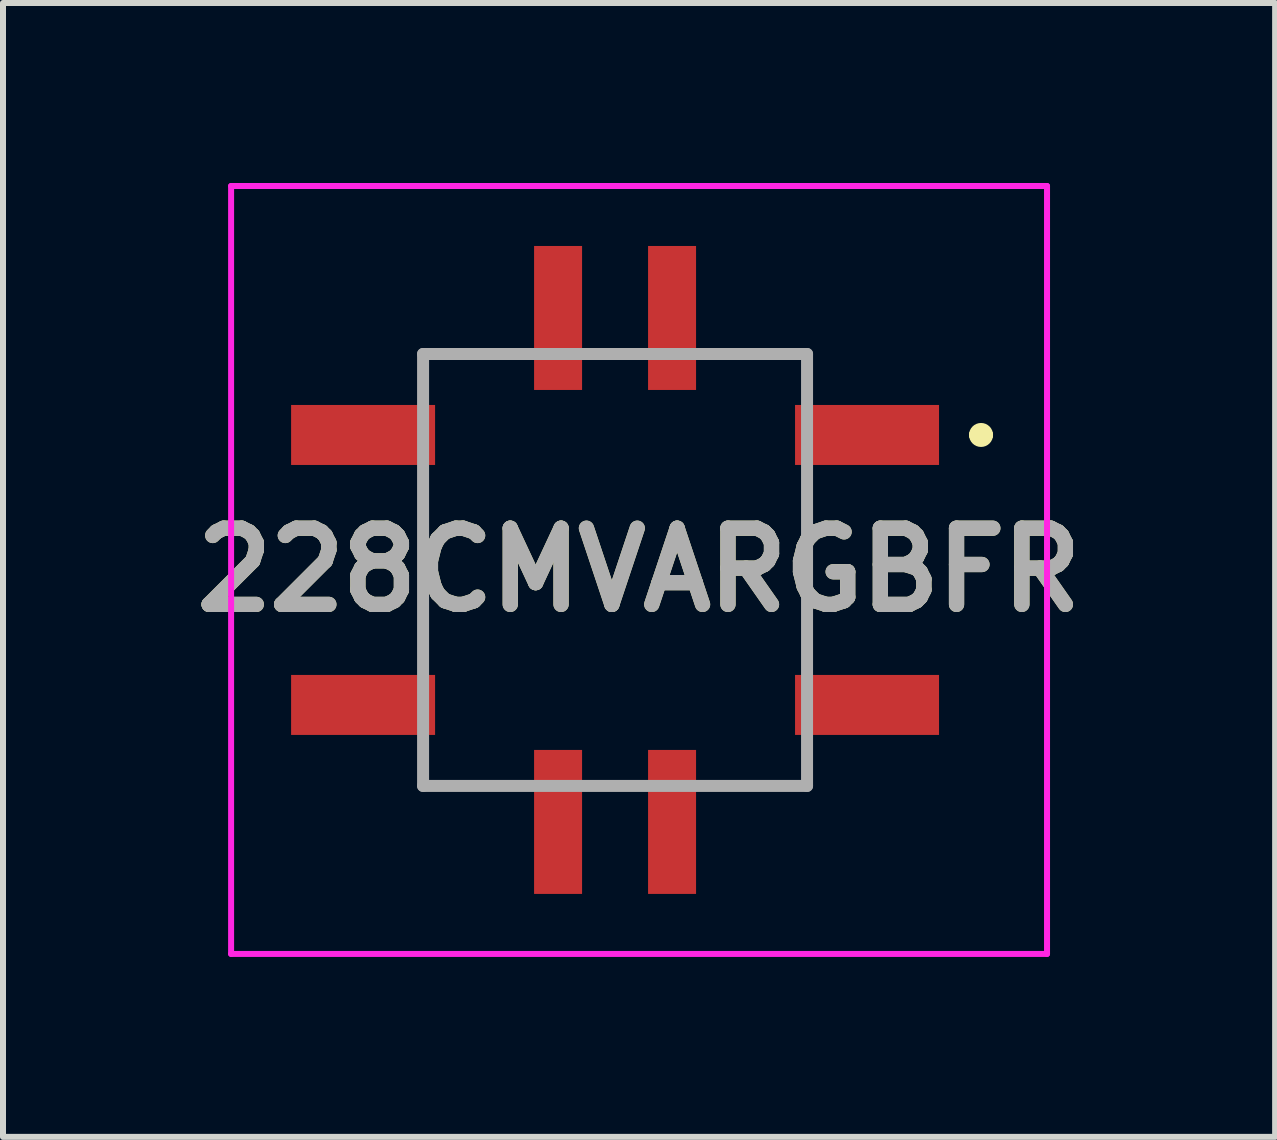
<source format=kicad_pcb>
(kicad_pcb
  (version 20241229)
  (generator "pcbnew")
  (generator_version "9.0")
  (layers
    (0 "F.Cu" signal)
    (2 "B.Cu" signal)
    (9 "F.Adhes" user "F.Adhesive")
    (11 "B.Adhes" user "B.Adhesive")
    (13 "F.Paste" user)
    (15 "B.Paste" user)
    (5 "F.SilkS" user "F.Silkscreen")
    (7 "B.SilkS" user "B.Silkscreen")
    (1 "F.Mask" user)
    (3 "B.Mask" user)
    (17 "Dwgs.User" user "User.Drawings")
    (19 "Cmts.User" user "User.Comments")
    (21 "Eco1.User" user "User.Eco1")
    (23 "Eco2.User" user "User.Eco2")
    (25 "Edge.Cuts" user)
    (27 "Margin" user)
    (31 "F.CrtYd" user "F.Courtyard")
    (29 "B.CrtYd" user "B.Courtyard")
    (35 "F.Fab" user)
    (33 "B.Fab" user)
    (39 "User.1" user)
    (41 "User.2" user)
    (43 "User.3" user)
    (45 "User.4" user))
  (footprint "228CMVARGBFR"
    (layer "F.Cu")
    (at 7.202 6.45)
    (property "Reference" "228CMVARGBFR" (at 0.4 0 0) (layer "F.SilkS") (effects (font (size 1.27 1.27) (thickness 0.254))))
    (attr smd)
    (fp_line (start -3.2 -3.6) (end -3.2 -3) (stroke (width 0.1) (type solid)) (layer "F.SilkS"))
    (fp_line (start -3.2 -1.5) (end -3.2 1.5) (stroke (width 0.1) (type solid)) (layer "F.SilkS"))
    (fp_line (start -3.2 3) (end -3.2 3.6) (stroke (width 0.1) (type solid)) (layer "F.SilkS"))
    (fp_line (start -3.2 3.6) (end -1.8 3.6) (stroke (width 0.1) (type solid)) (layer "F.SilkS"))
    (fp_line (start -1.6 -3.6) (end -3.2 -3.6) (stroke (width 0.1) (type solid)) (layer "F.SilkS"))
    (fp_line (start 1.6 -3.6) (end 3.2 -3.6) (stroke (width 0.1) (type solid)) (layer "F.SilkS"))
    (fp_line (start 3.2 -3.6) (end 3.2 -3) (stroke (width 0.1) (type solid)) (layer "F.SilkS"))
    (fp_line (start 3.2 -1.5) (end 3.2 1.5) (stroke (width 0.1) (type solid)) (layer "F.SilkS"))
    (fp_line (start 3.2 3.2) (end 3.2 3) (stroke (width 0.1) (type solid)) (layer "F.SilkS"))
    (fp_line (start 3.2 3.2) (end 3.2 3.6) (stroke (width 0.1) (type solid)) (layer "F.SilkS"))
    (fp_line (start 3.2 3.6) (end 1.8 3.6) (stroke (width 0.1) (type solid)) (layer "F.SilkS"))
    (fp_line (start 6 -2.25) (end 6 -2.25) (stroke (width 0.2) (type solid)) (layer "F.SilkS"))
    (fp_line (start 6.2 -2.25) (end 6.2 -2.25) (stroke (width 0.2) (type solid)) (layer "F.SilkS"))
    (fp_arc (start 6 -2.25) (mid 6.1 -2.35) (end 6.2 -2.25) (stroke (width 0.2) (type solid)) (layer "F.SilkS"))
    (fp_arc (start 6.2 -2.25) (mid 6.1 -2.15) (end 6 -2.25) (stroke (width 0.2) (type solid)) (layer "F.SilkS"))
    (fp_line (start -6.4 -6.4) (end 7.2 -6.4) (stroke (width 0.1) (type solid)) (layer "F.CrtYd"))
    (fp_line (start -6.4 6.4) (end -6.4 -6.4) (stroke (width 0.1) (type solid)) (layer "F.CrtYd"))
    (fp_line (start 7.2 -6.4) (end 7.2 6.4) (stroke (width 0.1) (type solid)) (layer "F.CrtYd"))
    (fp_line (start 7.2 6.4) (end -6.4 6.4) (stroke (width 0.1) (type solid)) (layer "F.CrtYd"))
    (fp_line (start -3.2 -3.6) (end 3.2 -3.6) (stroke (width 0.2) (type solid)) (layer "F.Fab"))
    (fp_line (start -3.2 3.6) (end -3.2 -3.6) (stroke (width 0.2) (type solid)) (layer "F.Fab"))
    (fp_line (start 3.2 -3.6) (end 3.2 3.6) (stroke (width 0.2) (type solid)) (layer "F.Fab"))
    (fp_line (start 3.2 3.6) (end -3.2 3.6) (stroke (width 0.2) (type solid)) (layer "F.Fab"))
    (fp_text user "${REFERENCE}" (at 0.4 0 0) (layer "F.Fab") (effects (font (size 1.27 1.27) (thickness 0.254))))
    (pad "1" smd rect (at 4.2 -2.25 90) (size 1 2.4) (layers "F.Cu" "F.Mask" "F.Paste"))
    (pad "2" smd rect (at -4.2 -2.25 90) (size 1 2.4) (layers "F.Cu" "F.Mask" "F.Paste"))
    (pad "3" smd rect (at 4.2 2.25 90) (size 1 2.4) (layers "F.Cu" "F.Mask" "F.Paste"))
    (pad "4" smd rect (at -4.2 2.25 90) (size 1 2.4) (layers "F.Cu" "F.Mask" "F.Paste"))
    (pad "L1" smd rect (at 0.95 -4.2) (size 0.8 2.4) (layers "F.Cu" "F.Mask" "F.Paste"))
    (pad "L2" smd rect (at 0.95 4.2) (size 0.8 2.4) (layers "F.Cu" "F.Mask" "F.Paste"))
    (pad "L3" smd rect (at -0.95 -4.2) (size 0.8 2.4) (layers "F.Cu" "F.Mask" "F.Paste"))
    (pad "L4" smd rect (at -0.95 4.2) (size 0.8 2.4) (layers "F.Cu" "F.Mask" "F.Paste")))
  (gr_rect
    (start -3 -3)
    (end 18.204 15.9)
    (stroke (width 0.1) (type default))
    (fill no)
    (layer "Edge.Cuts")))
</source>
